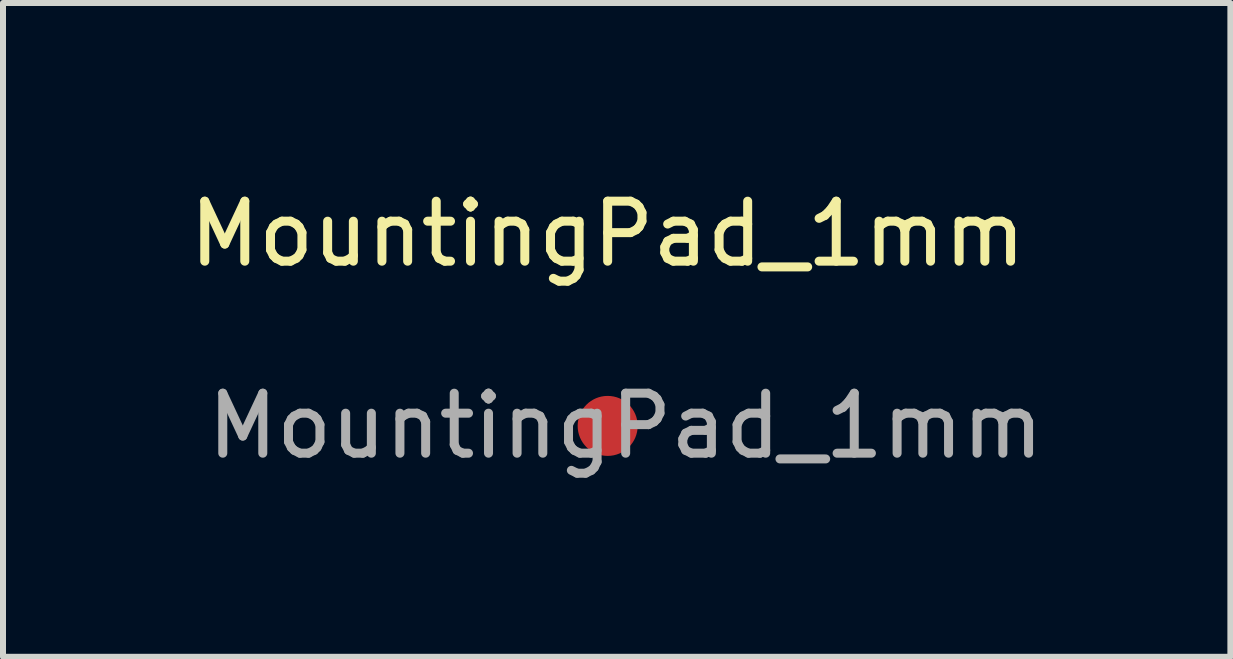
<source format=kicad_pcb>
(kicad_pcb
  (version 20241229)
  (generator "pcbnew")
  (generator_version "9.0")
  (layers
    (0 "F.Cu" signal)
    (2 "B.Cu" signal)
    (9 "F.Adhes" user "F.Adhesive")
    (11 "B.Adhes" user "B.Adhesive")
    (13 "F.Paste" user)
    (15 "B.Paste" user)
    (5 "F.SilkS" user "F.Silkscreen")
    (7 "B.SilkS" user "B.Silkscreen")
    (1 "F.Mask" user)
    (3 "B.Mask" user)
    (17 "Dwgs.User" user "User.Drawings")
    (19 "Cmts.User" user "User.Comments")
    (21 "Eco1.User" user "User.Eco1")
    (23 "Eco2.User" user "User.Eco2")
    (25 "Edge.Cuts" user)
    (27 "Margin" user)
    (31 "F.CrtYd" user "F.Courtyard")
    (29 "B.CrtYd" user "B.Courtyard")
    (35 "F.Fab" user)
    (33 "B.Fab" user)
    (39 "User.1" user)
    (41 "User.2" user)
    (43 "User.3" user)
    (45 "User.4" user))
  (footprint "MountingPad_1mm"
    (layer "F.Cu")
    (at 7.077 4.048)
    (property "Reference" "MountingPad_1mm" (at 0 -3.2 0) (layer "F.SilkS") (effects (font (size 1 1) (thickness 0.15))))
    (attr exclude_from_pos_files exclude_from_bom)
    (fp_text user "${REFERENCE}" (at 0.3 0 0) (layer "F.Fab") (effects (font (size 1 1) (thickness 0.15))))
    (pad "1" smd circle (at 0 0) (size 1 1) (layers "F.Cu" "F.Mask" "F.Paste")))
  (gr_rect
    (start -3 -3)
    (end 17.455 7.896)
    (stroke (width 0.1) (type default))
    (fill no)
    (layer "Edge.Cuts")))
</source>
